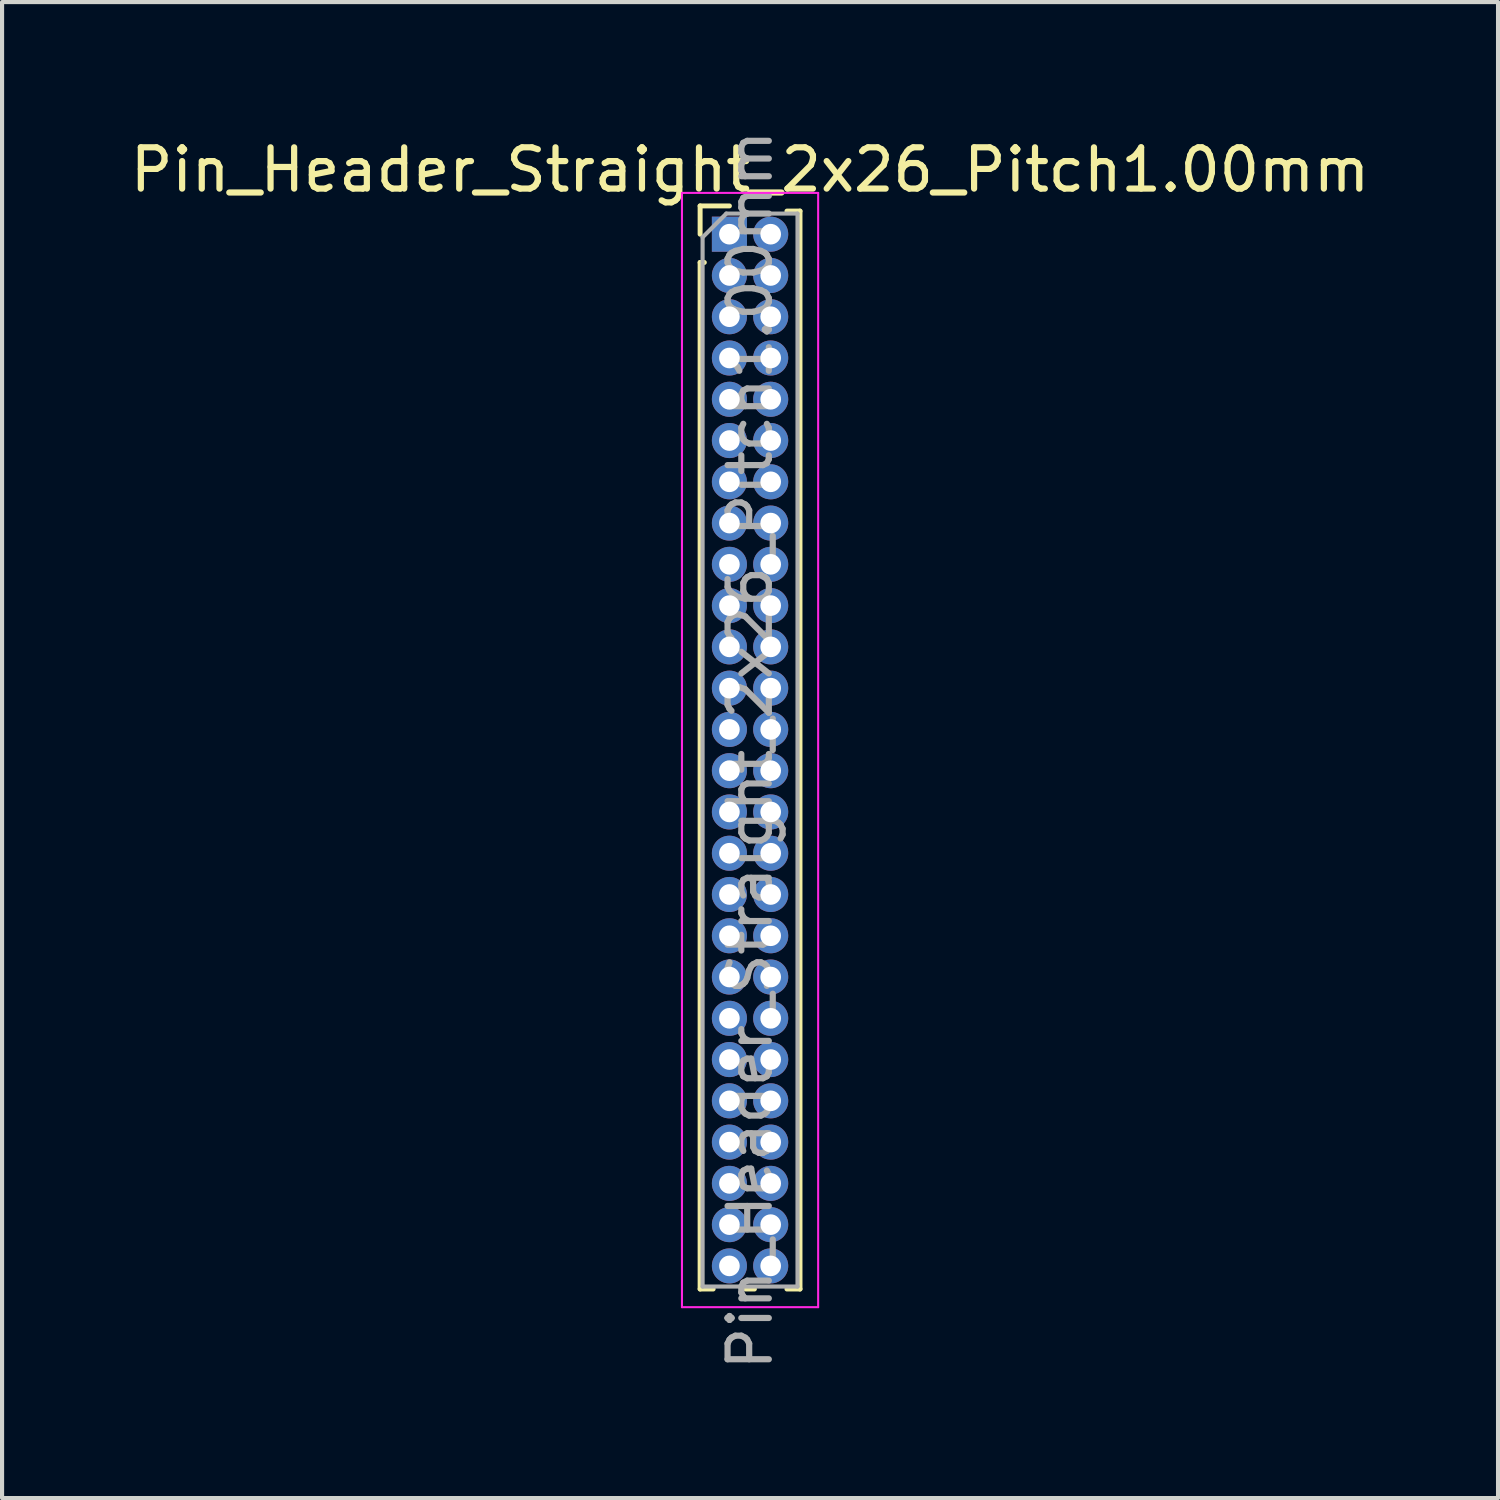
<source format=kicad_pcb>
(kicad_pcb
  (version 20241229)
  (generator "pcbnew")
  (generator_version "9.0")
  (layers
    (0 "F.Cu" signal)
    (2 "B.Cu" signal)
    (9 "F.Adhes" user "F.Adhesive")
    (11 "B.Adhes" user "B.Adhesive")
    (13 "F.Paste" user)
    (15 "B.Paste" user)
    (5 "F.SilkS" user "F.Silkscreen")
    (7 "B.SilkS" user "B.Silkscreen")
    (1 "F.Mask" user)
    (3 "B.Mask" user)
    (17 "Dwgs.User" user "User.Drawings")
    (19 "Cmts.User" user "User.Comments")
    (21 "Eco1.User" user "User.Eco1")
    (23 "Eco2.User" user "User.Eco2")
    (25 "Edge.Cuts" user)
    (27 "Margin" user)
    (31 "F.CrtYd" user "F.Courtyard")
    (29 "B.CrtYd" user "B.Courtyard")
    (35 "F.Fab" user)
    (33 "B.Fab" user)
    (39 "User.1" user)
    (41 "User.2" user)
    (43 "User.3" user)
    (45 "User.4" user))
  (footprint "Pin_Header_Straight_2x26_Pitch1.00mm"
    (layer "F.Cu")
    (at 14.625 2.625)
    (property "Reference" "Pin_Header_Straight_2x26_Pitch1.00mm" (at 0.5 -1.56 0) (layer "F.SilkS") (effects (font (size 1 1) (thickness 0.15))))
    (attr through_hole)
    (fp_line (start -0.71 -0.685) (end 0 -0.685) (stroke (width 0.12) (type solid)) (layer "F.SilkS"))
    (fp_line (start -0.71 0) (end -0.71 -0.685) (stroke (width 0.12) (type solid)) (layer "F.SilkS"))
    (fp_line (start -0.71 0.685) (end -0.71 25.56) (stroke (width 0.12) (type solid)) (layer "F.SilkS"))
    (fp_line (start -0.71 0.685) (end -0.608 0.685) (stroke (width 0.12) (type solid)) (layer "F.SilkS"))
    (fp_line (start -0.71 25.56) (end -0.394 25.56) (stroke (width 0.12) (type solid)) (layer "F.SilkS"))
    (fp_line (start 0.394 25.56) (end 0.606 25.56) (stroke (width 0.12) (type solid)) (layer "F.SilkS"))
    (fp_line (start 1.394 -0.56) (end 1.71 -0.56) (stroke (width 0.12) (type solid)) (layer "F.SilkS"))
    (fp_line (start 1.394 25.56) (end 1.71 25.56) (stroke (width 0.12) (type solid)) (layer "F.SilkS"))
    (fp_line (start 1.71 -0.56) (end 1.71 25.56) (stroke (width 0.12) (type solid)) (layer "F.SilkS"))
    (fp_line (start -1.15 -1) (end -1.15 26) (stroke (width 0.05) (type solid)) (layer "F.CrtYd"))
    (fp_line (start -1.15 26) (end 2.15 26) (stroke (width 0.05) (type solid)) (layer "F.CrtYd"))
    (fp_line (start 2.15 -1) (end -1.15 -1) (stroke (width 0.05) (type solid)) (layer "F.CrtYd"))
    (fp_line (start 2.15 26) (end 2.15 -1) (stroke (width 0.05) (type solid)) (layer "F.CrtYd"))
    (fp_line (start -0.65 0.075) (end -0.075 -0.5) (stroke (width 0.1) (type solid)) (layer "F.Fab"))
    (fp_line (start -0.65 25.5) (end -0.65 0.075) (stroke (width 0.1) (type solid)) (layer "F.Fab"))
    (fp_line (start -0.075 -0.5) (end 1.65 -0.5) (stroke (width 0.1) (type solid)) (layer "F.Fab"))
    (fp_line (start 1.65 -0.5) (end 1.65 25.5) (stroke (width 0.1) (type solid)) (layer "F.Fab"))
    (fp_line (start 1.65 25.5) (end -0.65 25.5) (stroke (width 0.1) (type solid)) (layer "F.Fab"))
    (fp_text user "${REFERENCE}" (at 0.5 12.5 90) (layer "F.Fab") (effects (font (size 1 1) (thickness 0.15))))
    (pad "1" thru_hole rect (at 0 0) (size 0.85 0.85) (drill 0.5) (layers "*.Cu" "*.Mask"))
    (pad "2" thru_hole oval (at 1 0) (size 0.85 0.85) (drill 0.5) (layers "*.Cu" "*.Mask"))
    (pad "3" thru_hole oval (at 0 1) (size 0.85 0.85) (drill 0.5) (layers "*.Cu" "*.Mask"))
    (pad "4" thru_hole oval (at 1 1) (size 0.85 0.85) (drill 0.5) (layers "*.Cu" "*.Mask"))
    (pad "5" thru_hole oval (at 0 2) (size 0.85 0.85) (drill 0.5) (layers "*.Cu" "*.Mask"))
    (pad "6" thru_hole oval (at 1 2) (size 0.85 0.85) (drill 0.5) (layers "*.Cu" "*.Mask"))
    (pad "7" thru_hole oval (at 0 3) (size 0.85 0.85) (drill 0.5) (layers "*.Cu" "*.Mask"))
    (pad "8" thru_hole oval (at 1 3) (size 0.85 0.85) (drill 0.5) (layers "*.Cu" "*.Mask"))
    (pad "9" thru_hole oval (at 0 4) (size 0.85 0.85) (drill 0.5) (layers "*.Cu" "*.Mask"))
    (pad "10" thru_hole oval (at 1 4) (size 0.85 0.85) (drill 0.5) (layers "*.Cu" "*.Mask"))
    (pad "11" thru_hole oval (at 0 5) (size 0.85 0.85) (drill 0.5) (layers "*.Cu" "*.Mask"))
    (pad "12" thru_hole oval (at 1 5) (size 0.85 0.85) (drill 0.5) (layers "*.Cu" "*.Mask"))
    (pad "13" thru_hole oval (at 0 6) (size 0.85 0.85) (drill 0.5) (layers "*.Cu" "*.Mask"))
    (pad "14" thru_hole oval (at 1 6) (size 0.85 0.85) (drill 0.5) (layers "*.Cu" "*.Mask"))
    (pad "15" thru_hole oval (at 0 7) (size 0.85 0.85) (drill 0.5) (layers "*.Cu" "*.Mask"))
    (pad "16" thru_hole oval (at 1 7) (size 0.85 0.85) (drill 0.5) (layers "*.Cu" "*.Mask"))
    (pad "17" thru_hole oval (at 0 8) (size 0.85 0.85) (drill 0.5) (layers "*.Cu" "*.Mask"))
    (pad "18" thru_hole oval (at 1 8) (size 0.85 0.85) (drill 0.5) (layers "*.Cu" "*.Mask"))
    (pad "19" thru_hole oval (at 0 9) (size 0.85 0.85) (drill 0.5) (layers "*.Cu" "*.Mask"))
    (pad "20" thru_hole oval (at 1 9) (size 0.85 0.85) (drill 0.5) (layers "*.Cu" "*.Mask"))
    (pad "21" thru_hole oval (at 0 10) (size 0.85 0.85) (drill 0.5) (layers "*.Cu" "*.Mask"))
    (pad "22" thru_hole oval (at 1 10) (size 0.85 0.85) (drill 0.5) (layers "*.Cu" "*.Mask"))
    (pad "23" thru_hole oval (at 0 11) (size 0.85 0.85) (drill 0.5) (layers "*.Cu" "*.Mask"))
    (pad "24" thru_hole oval (at 1 11) (size 0.85 0.85) (drill 0.5) (layers "*.Cu" "*.Mask"))
    (pad "25" thru_hole oval (at 0 12) (size 0.85 0.85) (drill 0.5) (layers "*.Cu" "*.Mask"))
    (pad "26" thru_hole oval (at 1 12) (size 0.85 0.85) (drill 0.5) (layers "*.Cu" "*.Mask"))
    (pad "27" thru_hole oval (at 0 13) (size 0.85 0.85) (drill 0.5) (layers "*.Cu" "*.Mask"))
    (pad "28" thru_hole oval (at 1 13) (size 0.85 0.85) (drill 0.5) (layers "*.Cu" "*.Mask"))
    (pad "29" thru_hole oval (at 0 14) (size 0.85 0.85) (drill 0.5) (layers "*.Cu" "*.Mask"))
    (pad "30" thru_hole oval (at 1 14) (size 0.85 0.85) (drill 0.5) (layers "*.Cu" "*.Mask"))
    (pad "31" thru_hole oval (at 0 15) (size 0.85 0.85) (drill 0.5) (layers "*.Cu" "*.Mask"))
    (pad "32" thru_hole oval (at 1 15) (size 0.85 0.85) (drill 0.5) (layers "*.Cu" "*.Mask"))
    (pad "33" thru_hole oval (at 0 16) (size 0.85 0.85) (drill 0.5) (layers "*.Cu" "*.Mask"))
    (pad "34" thru_hole oval (at 1 16) (size 0.85 0.85) (drill 0.5) (layers "*.Cu" "*.Mask"))
    (pad "35" thru_hole oval (at 0 17) (size 0.85 0.85) (drill 0.5) (layers "*.Cu" "*.Mask"))
    (pad "36" thru_hole oval (at 1 17) (size 0.85 0.85) (drill 0.5) (layers "*.Cu" "*.Mask"))
    (pad "37" thru_hole oval (at 0 18) (size 0.85 0.85) (drill 0.5) (layers "*.Cu" "*.Mask"))
    (pad "38" thru_hole oval (at 1 18) (size 0.85 0.85) (drill 0.5) (layers "*.Cu" "*.Mask"))
    (pad "39" thru_hole oval (at 0 19) (size 0.85 0.85) (drill 0.5) (layers "*.Cu" "*.Mask"))
    (pad "40" thru_hole oval (at 1 19) (size 0.85 0.85) (drill 0.5) (layers "*.Cu" "*.Mask"))
    (pad "41" thru_hole oval (at 0 20) (size 0.85 0.85) (drill 0.5) (layers "*.Cu" "*.Mask"))
    (pad "42" thru_hole oval (at 1 20) (size 0.85 0.85) (drill 0.5) (layers "*.Cu" "*.Mask"))
    (pad "43" thru_hole oval (at 0 21) (size 0.85 0.85) (drill 0.5) (layers "*.Cu" "*.Mask"))
    (pad "44" thru_hole oval (at 1 21) (size 0.85 0.85) (drill 0.5) (layers "*.Cu" "*.Mask"))
    (pad "45" thru_hole oval (at 0 22) (size 0.85 0.85) (drill 0.5) (layers "*.Cu" "*.Mask"))
    (pad "46" thru_hole oval (at 1 22) (size 0.85 0.85) (drill 0.5) (layers "*.Cu" "*.Mask"))
    (pad "47" thru_hole oval (at 0 23) (size 0.85 0.85) (drill 0.5) (layers "*.Cu" "*.Mask"))
    (pad "48" thru_hole oval (at 1 23) (size 0.85 0.85) (drill 0.5) (layers "*.Cu" "*.Mask"))
    (pad "49" thru_hole oval (at 0 24) (size 0.85 0.85) (drill 0.5) (layers "*.Cu" "*.Mask"))
    (pad "50" thru_hole oval (at 1 24) (size 0.85 0.85) (drill 0.5) (layers "*.Cu" "*.Mask"))
    (pad "51" thru_hole oval (at 0 25) (size 0.85 0.85) (drill 0.5) (layers "*.Cu" "*.Mask"))
    (pad "52" thru_hole oval (at 1 25) (size 0.85 0.85) (drill 0.5) (layers "*.Cu" "*.Mask")))
  (gr_rect
    (start -3 -3)
    (end 33.25 33.25)
    (stroke (width 0.1) (type default))
    (fill no)
    (layer "Edge.Cuts")))
</source>
